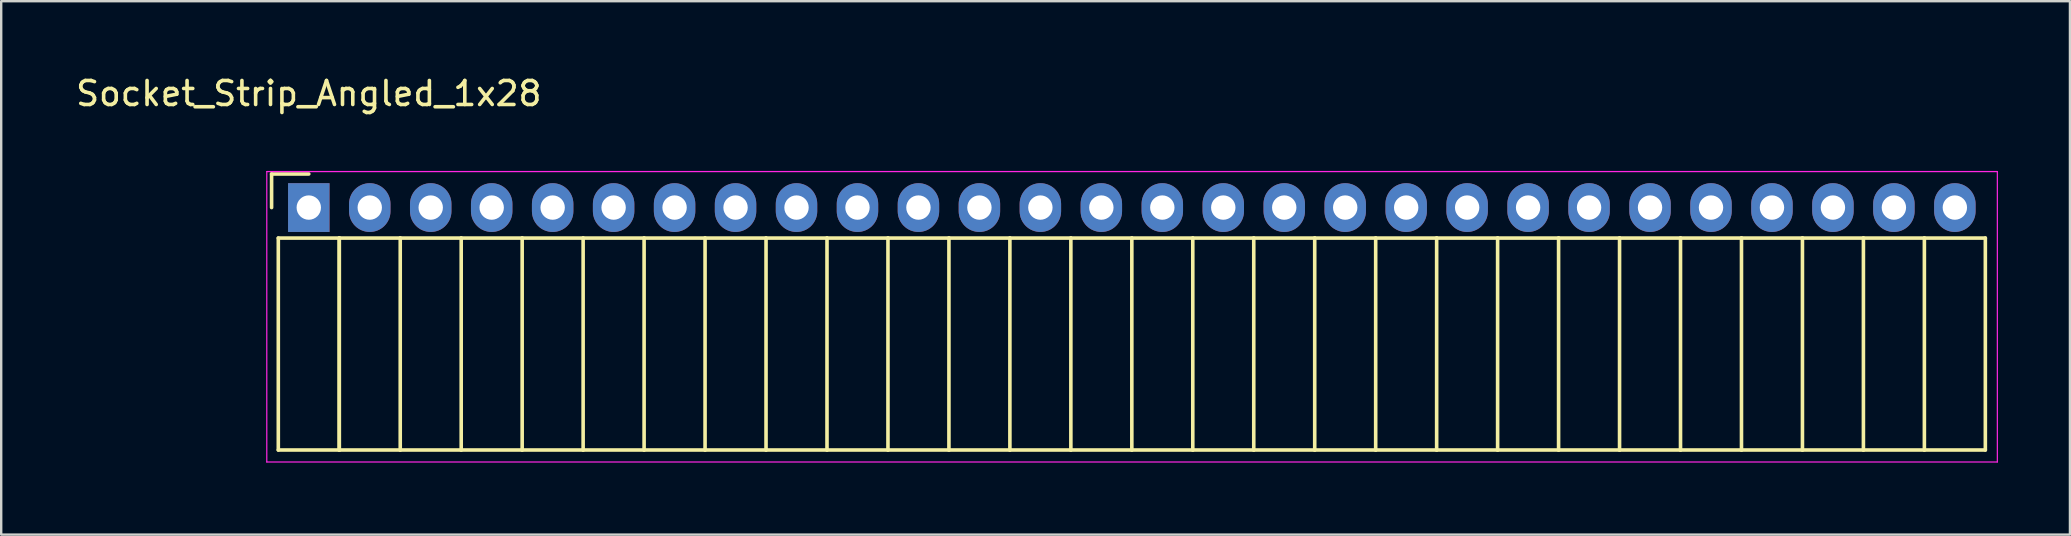
<source format=kicad_pcb>
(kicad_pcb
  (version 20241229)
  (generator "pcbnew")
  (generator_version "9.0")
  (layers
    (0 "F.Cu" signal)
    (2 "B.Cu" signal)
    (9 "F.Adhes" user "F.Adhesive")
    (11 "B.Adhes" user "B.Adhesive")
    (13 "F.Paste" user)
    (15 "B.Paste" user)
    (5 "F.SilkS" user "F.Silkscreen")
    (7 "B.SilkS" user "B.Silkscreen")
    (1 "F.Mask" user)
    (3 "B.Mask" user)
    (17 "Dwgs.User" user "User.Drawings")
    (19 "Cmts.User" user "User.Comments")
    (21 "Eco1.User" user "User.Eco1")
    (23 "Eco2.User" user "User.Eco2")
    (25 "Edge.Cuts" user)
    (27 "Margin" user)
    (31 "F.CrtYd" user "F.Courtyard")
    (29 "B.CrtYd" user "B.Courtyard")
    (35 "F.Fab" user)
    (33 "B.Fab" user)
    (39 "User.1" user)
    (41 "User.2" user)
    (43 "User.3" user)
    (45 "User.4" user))
  (footprint "Socket_Strip_Angled_1x28"
    (layer "F.Cu")
    (at 9.815 5.598)
    (property "Reference" "Socket_Strip_Angled_1x28" (at 0 -4.75 0) (layer "F.SilkS") (effects (font (size 1 1) (thickness 0.15))))
    (attr through_hole)
    (fp_line (start -1.55 -1.4) (end -1.55 0) (stroke (width 0.15) (type solid)) (layer "F.SilkS"))
    (fp_line (start -1.27 1.27) (end -1.27 10.1) (stroke (width 0.15) (type solid)) (layer "F.SilkS"))
    (fp_line (start -1.27 1.27) (end 1.27 1.27) (stroke (width 0.15) (type solid)) (layer "F.SilkS"))
    (fp_line (start -1.27 10.1) (end 1.27 10.1) (stroke (width 0.15) (type solid)) (layer "F.SilkS"))
    (fp_line (start 0 -1.4) (end -1.55 -1.4) (stroke (width 0.15) (type solid)) (layer "F.SilkS"))
    (fp_line (start 1.27 1.27) (end 1.27 10.1) (stroke (width 0.15) (type solid)) (layer "F.SilkS"))
    (fp_line (start 1.27 1.27) (end 3.81 1.27) (stroke (width 0.15) (type solid)) (layer "F.SilkS"))
    (fp_line (start 1.27 10.1) (end 1.27 1.27) (stroke (width 0.15) (type solid)) (layer "F.SilkS"))
    (fp_line (start 1.27 10.1) (end 3.81 10.1) (stroke (width 0.15) (type solid)) (layer "F.SilkS"))
    (fp_line (start 3.81 1.27) (end 6.35 1.27) (stroke (width 0.15) (type solid)) (layer "F.SilkS"))
    (fp_line (start 3.81 10.1) (end 3.81 1.27) (stroke (width 0.15) (type solid)) (layer "F.SilkS"))
    (fp_line (start 3.81 10.1) (end 6.35 10.1) (stroke (width 0.15) (type solid)) (layer "F.SilkS"))
    (fp_line (start 6.35 1.27) (end 8.89 1.27) (stroke (width 0.15) (type solid)) (layer "F.SilkS"))
    (fp_line (start 6.35 10.1) (end 6.35 1.27) (stroke (width 0.15) (type solid)) (layer "F.SilkS"))
    (fp_line (start 6.35 10.1) (end 8.89 10.1) (stroke (width 0.15) (type solid)) (layer "F.SilkS"))
    (fp_line (start 8.89 1.27) (end 11.43 1.27) (stroke (width 0.15) (type solid)) (layer "F.SilkS"))
    (fp_line (start 8.89 10.1) (end 8.89 1.27) (stroke (width 0.15) (type solid)) (layer "F.SilkS"))
    (fp_line (start 8.89 10.1) (end 11.43 10.1) (stroke (width 0.15) (type solid)) (layer "F.SilkS"))
    (fp_line (start 11.43 1.27) (end 13.97 1.27) (stroke (width 0.15) (type solid)) (layer "F.SilkS"))
    (fp_line (start 11.43 10.1) (end 11.43 1.27) (stroke (width 0.15) (type solid)) (layer "F.SilkS"))
    (fp_line (start 11.43 10.1) (end 13.97 10.1) (stroke (width 0.15) (type solid)) (layer "F.SilkS"))
    (fp_line (start 13.97 1.27) (end 16.51 1.27) (stroke (width 0.15) (type solid)) (layer "F.SilkS"))
    (fp_line (start 13.97 10.1) (end 13.97 1.27) (stroke (width 0.15) (type solid)) (layer "F.SilkS"))
    (fp_line (start 13.97 10.1) (end 16.51 10.1) (stroke (width 0.15) (type solid)) (layer "F.SilkS"))
    (fp_line (start 16.51 1.27) (end 19.05 1.27) (stroke (width 0.15) (type solid)) (layer "F.SilkS"))
    (fp_line (start 16.51 10.1) (end 16.51 1.27) (stroke (width 0.15) (type solid)) (layer "F.SilkS"))
    (fp_line (start 16.51 10.1) (end 19.05 10.1) (stroke (width 0.15) (type solid)) (layer "F.SilkS"))
    (fp_line (start 19.05 1.27) (end 21.59 1.27) (stroke (width 0.15) (type solid)) (layer "F.SilkS"))
    (fp_line (start 19.05 10.1) (end 19.05 1.27) (stroke (width 0.15) (type solid)) (layer "F.SilkS"))
    (fp_line (start 19.05 10.1) (end 21.59 10.1) (stroke (width 0.15) (type solid)) (layer "F.SilkS"))
    (fp_line (start 21.59 1.27) (end 24.13 1.27) (stroke (width 0.15) (type solid)) (layer "F.SilkS"))
    (fp_line (start 21.59 10.1) (end 21.59 1.27) (stroke (width 0.15) (type solid)) (layer "F.SilkS"))
    (fp_line (start 21.59 10.1) (end 24.13 10.1) (stroke (width 0.15) (type solid)) (layer "F.SilkS"))
    (fp_line (start 24.13 1.27) (end 26.67 1.27) (stroke (width 0.15) (type solid)) (layer "F.SilkS"))
    (fp_line (start 24.13 10.1) (end 24.13 1.27) (stroke (width 0.15) (type solid)) (layer "F.SilkS"))
    (fp_line (start 24.13 10.1) (end 26.67 10.1) (stroke (width 0.15) (type solid)) (layer "F.SilkS"))
    (fp_line (start 26.67 1.27) (end 29.21 1.27) (stroke (width 0.15) (type solid)) (layer "F.SilkS"))
    (fp_line (start 26.67 10.1) (end 26.67 1.27) (stroke (width 0.15) (type solid)) (layer "F.SilkS"))
    (fp_line (start 26.67 10.1) (end 29.21 10.1) (stroke (width 0.15) (type solid)) (layer "F.SilkS"))
    (fp_line (start 29.21 1.27) (end 31.75 1.27) (stroke (width 0.15) (type solid)) (layer "F.SilkS"))
    (fp_line (start 29.21 10.1) (end 29.21 1.27) (stroke (width 0.15) (type solid)) (layer "F.SilkS"))
    (fp_line (start 29.21 10.1) (end 31.75 10.1) (stroke (width 0.15) (type solid)) (layer "F.SilkS"))
    (fp_line (start 31.75 1.27) (end 34.29 1.27) (stroke (width 0.15) (type solid)) (layer "F.SilkS"))
    (fp_line (start 31.75 10.1) (end 31.75 1.27) (stroke (width 0.15) (type solid)) (layer "F.SilkS"))
    (fp_line (start 31.75 10.1) (end 34.29 10.1) (stroke (width 0.15) (type solid)) (layer "F.SilkS"))
    (fp_line (start 34.29 1.27) (end 36.83 1.27) (stroke (width 0.15) (type solid)) (layer "F.SilkS"))
    (fp_line (start 34.29 10.1) (end 34.29 1.27) (stroke (width 0.15) (type solid)) (layer "F.SilkS"))
    (fp_line (start 34.29 10.1) (end 36.83 10.1) (stroke (width 0.15) (type solid)) (layer "F.SilkS"))
    (fp_line (start 36.83 1.27) (end 39.37 1.27) (stroke (width 0.15) (type solid)) (layer "F.SilkS"))
    (fp_line (start 36.83 10.1) (end 36.83 1.27) (stroke (width 0.15) (type solid)) (layer "F.SilkS"))
    (fp_line (start 36.83 10.1) (end 39.37 10.1) (stroke (width 0.15) (type solid)) (layer "F.SilkS"))
    (fp_line (start 39.37 1.27) (end 41.91 1.27) (stroke (width 0.15) (type solid)) (layer "F.SilkS"))
    (fp_line (start 39.37 10.1) (end 39.37 1.27) (stroke (width 0.15) (type solid)) (layer "F.SilkS"))
    (fp_line (start 39.37 10.1) (end 41.91 10.1) (stroke (width 0.15) (type solid)) (layer "F.SilkS"))
    (fp_line (start 41.91 1.27) (end 44.45 1.27) (stroke (width 0.15) (type solid)) (layer "F.SilkS"))
    (fp_line (start 41.91 10.1) (end 41.91 1.27) (stroke (width 0.15) (type solid)) (layer "F.SilkS"))
    (fp_line (start 41.91 10.1) (end 44.45 10.1) (stroke (width 0.15) (type solid)) (layer "F.SilkS"))
    (fp_line (start 44.45 1.27) (end 46.99 1.27) (stroke (width 0.15) (type solid)) (layer "F.SilkS"))
    (fp_line (start 44.45 10.1) (end 44.45 1.27) (stroke (width 0.15) (type solid)) (layer "F.SilkS"))
    (fp_line (start 44.45 10.1) (end 46.99 10.1) (stroke (width 0.15) (type solid)) (layer "F.SilkS"))
    (fp_line (start 46.99 1.27) (end 49.53 1.27) (stroke (width 0.15) (type solid)) (layer "F.SilkS"))
    (fp_line (start 46.99 10.1) (end 46.99 1.27) (stroke (width 0.15) (type solid)) (layer "F.SilkS"))
    (fp_line (start 46.99 10.1) (end 49.53 10.1) (stroke (width 0.15) (type solid)) (layer "F.SilkS"))
    (fp_line (start 49.53 1.27) (end 52.07 1.27) (stroke (width 0.15) (type solid)) (layer "F.SilkS"))
    (fp_line (start 49.53 10.1) (end 49.53 1.27) (stroke (width 0.15) (type solid)) (layer "F.SilkS"))
    (fp_line (start 49.53 10.1) (end 52.07 10.1) (stroke (width 0.15) (type solid)) (layer "F.SilkS"))
    (fp_line (start 52.07 1.27) (end 54.61 1.27) (stroke (width 0.15) (type solid)) (layer "F.SilkS"))
    (fp_line (start 52.07 10.1) (end 52.07 1.27) (stroke (width 0.15) (type solid)) (layer "F.SilkS"))
    (fp_line (start 52.07 10.1) (end 54.61 10.1) (stroke (width 0.15) (type solid)) (layer "F.SilkS"))
    (fp_line (start 54.61 1.27) (end 57.15 1.27) (stroke (width 0.15) (type solid)) (layer "F.SilkS"))
    (fp_line (start 54.61 10.1) (end 54.61 1.27) (stroke (width 0.15) (type solid)) (layer "F.SilkS"))
    (fp_line (start 54.61 10.1) (end 57.15 10.1) (stroke (width 0.15) (type solid)) (layer "F.SilkS"))
    (fp_line (start 57.15 1.27) (end 59.69 1.27) (stroke (width 0.15) (type solid)) (layer "F.SilkS"))
    (fp_line (start 57.15 10.1) (end 57.15 1.27) (stroke (width 0.15) (type solid)) (layer "F.SilkS"))
    (fp_line (start 57.15 10.1) (end 59.69 10.1) (stroke (width 0.15) (type solid)) (layer "F.SilkS"))
    (fp_line (start 59.69 1.27) (end 62.23 1.27) (stroke (width 0.15) (type solid)) (layer "F.SilkS"))
    (fp_line (start 59.69 10.1) (end 59.69 1.27) (stroke (width 0.15) (type solid)) (layer "F.SilkS"))
    (fp_line (start 59.69 10.1) (end 62.23 10.1) (stroke (width 0.15) (type solid)) (layer "F.SilkS"))
    (fp_line (start 62.23 1.27) (end 64.77 1.27) (stroke (width 0.15) (type solid)) (layer "F.SilkS"))
    (fp_line (start 62.23 10.1) (end 62.23 1.27) (stroke (width 0.15) (type solid)) (layer "F.SilkS"))
    (fp_line (start 62.23 10.1) (end 64.77 10.1) (stroke (width 0.15) (type solid)) (layer "F.SilkS"))
    (fp_line (start 64.77 1.27) (end 67.31 1.27) (stroke (width 0.15) (type solid)) (layer "F.SilkS"))
    (fp_line (start 64.77 10.1) (end 64.77 1.27) (stroke (width 0.15) (type solid)) (layer "F.SilkS"))
    (fp_line (start 64.77 10.1) (end 67.31 10.1) (stroke (width 0.15) (type solid)) (layer "F.SilkS"))
    (fp_line (start 67.31 1.27) (end 69.85 1.27) (stroke (width 0.15) (type solid)) (layer "F.SilkS"))
    (fp_line (start 67.31 10.1) (end 67.31 1.27) (stroke (width 0.15) (type solid)) (layer "F.SilkS"))
    (fp_line (start 67.31 10.1) (end 69.85 10.1) (stroke (width 0.15) (type solid)) (layer "F.SilkS"))
    (fp_line (start 69.85 10.1) (end 69.85 1.27) (stroke (width 0.15) (type solid)) (layer "F.SilkS"))
    (fp_line (start -1.75 -1.5) (end -1.75 10.6) (stroke (width 0.05) (type solid)) (layer "F.CrtYd"))
    (fp_line (start -1.75 -1.5) (end 70.35 -1.5) (stroke (width 0.05) (type solid)) (layer "F.CrtYd"))
    (fp_line (start -1.75 10.6) (end 70.35 10.6) (stroke (width 0.05) (type solid)) (layer "F.CrtYd"))
    (fp_line (start 70.35 -1.5) (end 70.35 10.6) (stroke (width 0.05) (type solid)) (layer "F.CrtYd"))
    (pad "1" thru_hole rect (at 0 0) (size 1.727 2.032) (drill 1.016) (layers "*.Cu" "*.Mask"))
    (pad "2" thru_hole oval (at 2.54 0) (size 1.727 2.032) (drill 1.016) (layers "*.Cu" "*.Mask"))
    (pad "3" thru_hole oval (at 5.08 0) (size 1.727 2.032) (drill 1.016) (layers "*.Cu" "*.Mask"))
    (pad "4" thru_hole oval (at 7.62 0) (size 1.727 2.032) (drill 1.016) (layers "*.Cu" "*.Mask"))
    (pad "5" thru_hole oval (at 10.16 0) (size 1.727 2.032) (drill 1.016) (layers "*.Cu" "*.Mask"))
    (pad "6" thru_hole oval (at 12.7 0) (size 1.727 2.032) (drill 1.016) (layers "*.Cu" "*.Mask"))
    (pad "7" thru_hole oval (at 15.24 0) (size 1.727 2.032) (drill 1.016) (layers "*.Cu" "*.Mask"))
    (pad "8" thru_hole oval (at 17.78 0) (size 1.727 2.032) (drill 1.016) (layers "*.Cu" "*.Mask"))
    (pad "9" thru_hole oval (at 20.32 0) (size 1.727 2.032) (drill 1.016) (layers "*.Cu" "*.Mask"))
    (pad "10" thru_hole oval (at 22.86 0) (size 1.727 2.032) (drill 1.016) (layers "*.Cu" "*.Mask"))
    (pad "11" thru_hole oval (at 25.4 0) (size 1.727 2.032) (drill 1.016) (layers "*.Cu" "*.Mask"))
    (pad "12" thru_hole oval (at 27.94 0) (size 1.727 2.032) (drill 1.016) (layers "*.Cu" "*.Mask"))
    (pad "13" thru_hole oval (at 30.48 0) (size 1.727 2.032) (drill 1.016) (layers "*.Cu" "*.Mask"))
    (pad "14" thru_hole oval (at 33.02 0) (size 1.727 2.032) (drill 1.016) (layers "*.Cu" "*.Mask"))
    (pad "15" thru_hole oval (at 35.56 0) (size 1.727 2.032) (drill 1.016) (layers "*.Cu" "*.Mask"))
    (pad "16" thru_hole oval (at 38.1 0) (size 1.727 2.032) (drill 1.016) (layers "*.Cu" "*.Mask"))
    (pad "17" thru_hole oval (at 40.64 0) (size 1.727 2.032) (drill 1.016) (layers "*.Cu" "*.Mask"))
    (pad "18" thru_hole oval (at 43.18 0) (size 1.727 2.032) (drill 1.016) (layers "*.Cu" "*.Mask"))
    (pad "19" thru_hole oval (at 45.72 0) (size 1.727 2.032) (drill 1.016) (layers "*.Cu" "*.Mask"))
    (pad "20" thru_hole oval (at 48.26 0) (size 1.727 2.032) (drill 1.016) (layers "*.Cu" "*.Mask"))
    (pad "21" thru_hole oval (at 50.8 0) (size 1.727 2.032) (drill 1.016) (layers "*.Cu" "*.Mask"))
    (pad "22" thru_hole oval (at 53.34 0) (size 1.727 2.032) (drill 1.016) (layers "*.Cu" "*.Mask"))
    (pad "23" thru_hole oval (at 55.88 0) (size 1.727 2.032) (drill 1.016) (layers "*.Cu" "*.Mask"))
    (pad "24" thru_hole oval (at 58.42 0) (size 1.727 2.032) (drill 1.016) (layers "*.Cu" "*.Mask"))
    (pad "25" thru_hole oval (at 60.96 0) (size 1.727 2.032) (drill 1.016) (layers "*.Cu" "*.Mask"))
    (pad "26" thru_hole oval (at 63.5 0) (size 1.727 2.032) (drill 1.016) (layers "*.Cu" "*.Mask"))
    (pad "27" thru_hole oval (at 66.04 0) (size 1.727 2.032) (drill 1.016) (layers "*.Cu" "*.Mask"))
    (pad "28" thru_hole oval (at 68.58 0) (size 1.727 2.032) (drill 1.016) (layers "*.Cu" "*.Mask")))
  (gr_rect
    (start -3 -3)
    (end 83.19 19.223)
    (stroke (width 0.1) (type default))
    (fill no)
    (layer "Edge.Cuts")))
</source>
